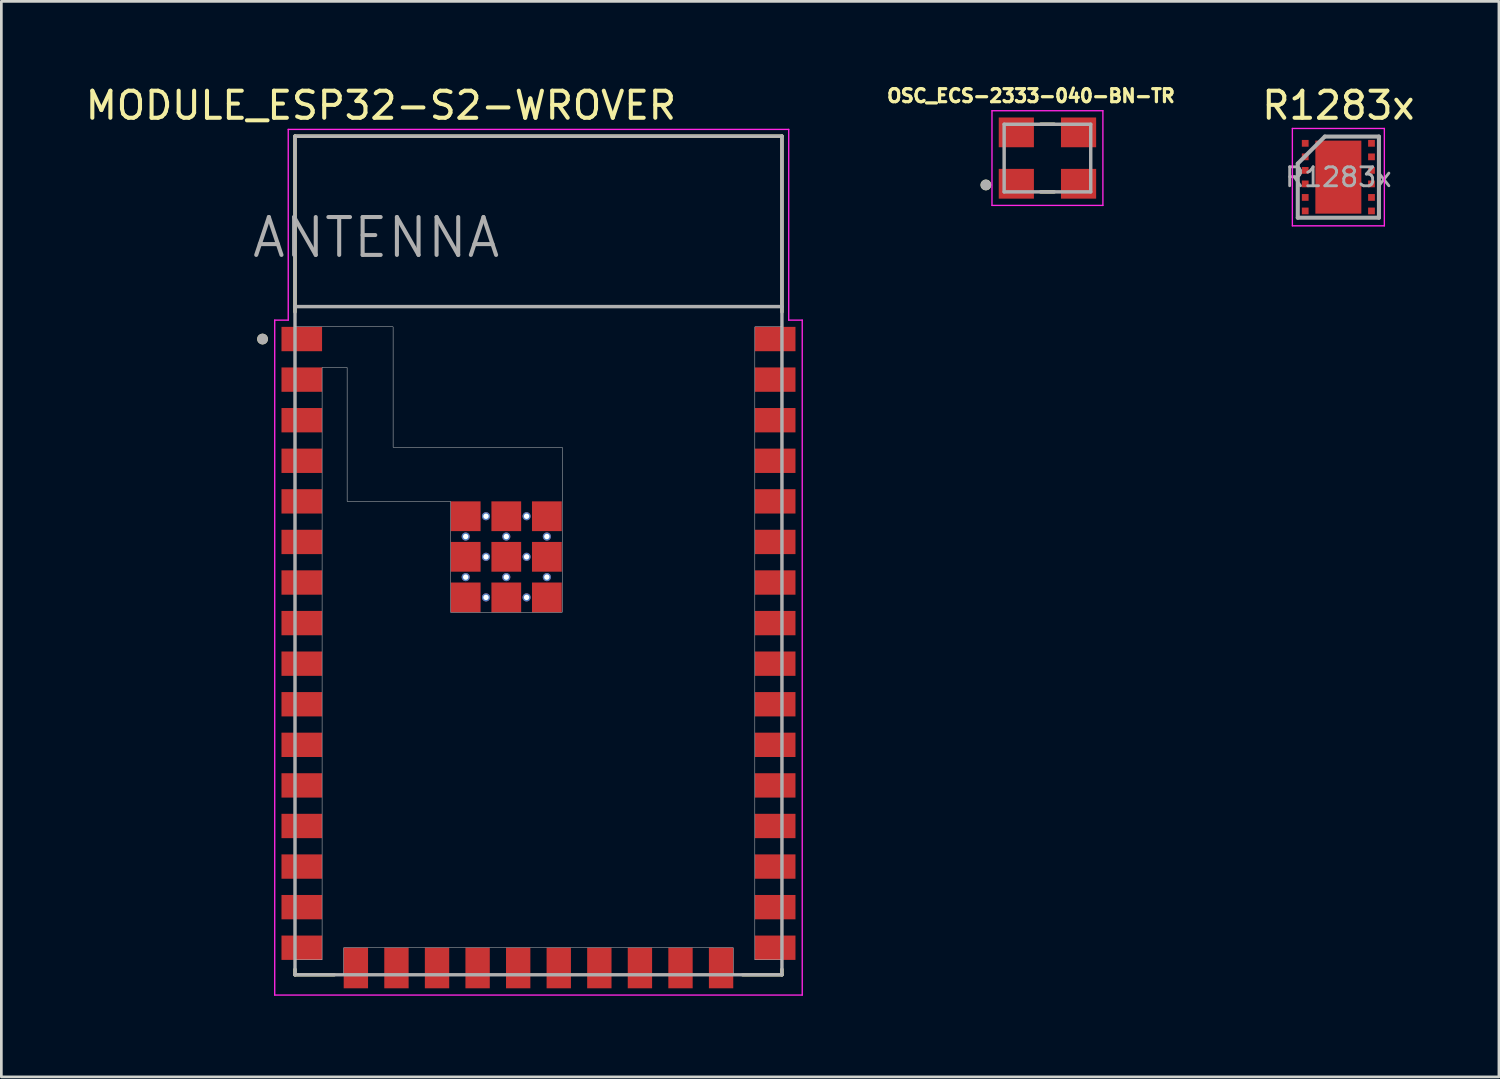
<source format=kicad_pcb>
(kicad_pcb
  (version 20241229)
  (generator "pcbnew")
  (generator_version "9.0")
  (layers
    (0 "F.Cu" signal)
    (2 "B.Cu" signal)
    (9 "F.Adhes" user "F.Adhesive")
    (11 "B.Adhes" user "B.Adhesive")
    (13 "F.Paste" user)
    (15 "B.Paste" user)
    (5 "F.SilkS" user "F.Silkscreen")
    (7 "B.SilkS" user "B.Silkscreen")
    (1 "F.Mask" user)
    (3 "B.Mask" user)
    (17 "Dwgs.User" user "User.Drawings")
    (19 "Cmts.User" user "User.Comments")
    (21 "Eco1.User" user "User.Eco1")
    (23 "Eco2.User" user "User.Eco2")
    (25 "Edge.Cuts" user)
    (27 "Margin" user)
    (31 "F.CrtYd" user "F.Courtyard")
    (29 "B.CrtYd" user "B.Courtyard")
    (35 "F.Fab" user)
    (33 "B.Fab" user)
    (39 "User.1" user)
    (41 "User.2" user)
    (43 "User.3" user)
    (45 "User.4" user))
  (footprint "R1283x"
    (layer "F.Cu")
    (at 46.423 3.498)
    (property "Reference" "R1283x" (at 0 -2.65 0) (layer "F.SilkS") (effects (font (size 1 1) (thickness 0.15))))
    (attr smd)
    (fp_line (start -1.7 -1.8) (end -1.7 1.8) (stroke (width 0.05) (type solid)) (layer "F.CrtYd"))
    (fp_line (start -1.7 -1.8) (end 1.7 -1.8) (stroke (width 0.05) (type solid)) (layer "F.CrtYd"))
    (fp_line (start -1.7 1.8) (end 1.7 1.8) (stroke (width 0.05) (type solid)) (layer "F.CrtYd"))
    (fp_line (start 1.7 -1.8) (end 1.7 1.8) (stroke (width 0.05) (type solid)) (layer "F.CrtYd"))
    (fp_line (start -1.5 -0.5) (end -0.5 -1.5) (stroke (width 0.15) (type solid)) (layer "F.Fab"))
    (fp_line (start -1.5 1.5) (end -1.5 -0.5) (stroke (width 0.15) (type solid)) (layer "F.Fab"))
    (fp_line (start -0.5 -1.5) (end 1.5 -1.5) (stroke (width 0.15) (type solid)) (layer "F.Fab"))
    (fp_line (start 1.5 -1.5) (end 1.5 1.5) (stroke (width 0.15) (type solid)) (layer "F.Fab"))
    (fp_line (start 1.5 1.5) (end -1.5 1.5) (stroke (width 0.15) (type solid)) (layer "F.Fab"))
    (fp_text user "${REFERENCE}" (at 0 0 0) (layer "F.Fab") (effects (font (size 0.7 0.7) (thickness 0.105))))
    (pad "1" smd rect (at -1.225 -1.25) (size 0.25 0.25) (layers "F.Cu" "F.Mask" "F.Paste"))
    (pad "2" smd rect (at -1.225 -0.75) (size 0.25 0.25) (layers "F.Cu" "F.Mask" "F.Paste"))
    (pad "3" smd rect (at -1.225 -0.25) (size 0.25 0.25) (layers "F.Cu" "F.Mask" "F.Paste"))
    (pad "4" smd rect (at -1.225 0.25) (size 0.25 0.25) (layers "F.Cu" "F.Mask" "F.Paste"))
    (pad "5" smd rect (at -1.225 0.75) (size 0.25 0.25) (layers "F.Cu" "F.Mask" "F.Paste"))
    (pad "6" smd rect (at -1.225 1.25) (size 0.25 0.25) (layers "F.Cu" "F.Mask" "F.Paste"))
    (pad "7" smd rect (at 1.225 1.25) (size 0.25 0.25) (layers "F.Cu" "F.Mask" "F.Paste"))
    (pad "8" smd rect (at 1.225 0.75) (size 0.25 0.25) (layers "F.Cu" "F.Mask" "F.Paste"))
    (pad "9" smd rect (at 1.225 0.25) (size 0.25 0.25) (layers "F.Cu" "F.Mask" "F.Paste"))
    (pad "10" smd rect (at 0 0) (size 1.7 2.7) (layers "F.Cu" "F.Mask" "F.Paste"))
    (pad "10" smd rect (at 1.225 -0.25) (size 0.25 0.25) (layers "F.Cu" "F.Mask" "F.Paste"))
    (pad "11" smd rect (at 1.225 -0.75) (size 0.25 0.25) (layers "F.Cu" "F.Mask" "F.Paste"))
    (pad "12" smd rect (at 1.225 -1.25) (size 0.25 0.25) (layers "F.Cu" "F.Mask" "F.Paste")))
  (footprint "MODULE_ESP32-S2-WROVER"
    (layer "F.Cu")
    (at 16.855 17.483)
    (property "Reference" "MODULE_ESP32-S2-WROVER" (at -5.825 -16.635 0) (layer "F.SilkS") (effects (font (size 1 1) (thickness 0.15))))
    (attr through_hole)
    (fp_line (start -9 -15.5) (end 9 -15.5) (stroke (width 0.127) (type solid)) (layer "F.SilkS"))
    (fp_line (start -9 -9) (end -9 -15.5) (stroke (width 0.127) (type solid)) (layer "F.SilkS"))
    (fp_line (start -9 15.3) (end -9 15.5) (stroke (width 0.127) (type solid)) (layer "F.SilkS"))
    (fp_line (start -9 15.5) (end -7.55 15.5) (stroke (width 0.127) (type solid)) (layer "F.SilkS"))
    (fp_line (start 7.55 15.5) (end 9 15.5) (stroke (width 0.127) (type solid)) (layer "F.SilkS"))
    (fp_line (start 9 -15.5) (end 9 -9) (stroke (width 0.127) (type solid)) (layer "F.SilkS"))
    (fp_line (start 9 15.5) (end 9 15.3) (stroke (width 0.127) (type solid)) (layer "F.SilkS"))
    (fp_circle (center -10.2 -8) (end -10.1 -8) (stroke (width 0.2) (type solid)) (fill no) (layer "F.SilkS"))
    (fp_poly (pts (xy -7.075 -2) (xy -3.25 -2) (xy -3.25 2.1) (xy 0.875 2.1) (xy 0.875 -4) (xy -5.375 -4) (xy -5.375 -8.45) (xy -9 -8.45) (xy -9 -15.5) (xy 9 -15.5) (xy 9 -8.45) (xy 8 -8.45) (xy 8 14.95) (xy 9 14.95) (xy 9 15.5) (xy 7.2 15.5) (xy 7.2 14.5) (xy -7.2 14.5) (xy -7.2 15.5) (xy -9 15.5) (xy -9 14.95) (xy -8 14.95) (xy -8 -6.95) (xy -7.075 -6.95)) (stroke (width 0.01) (type solid)) (fill no) (layer "Dwgs.User"))
    (fp_poly (pts (xy -7.075 -2) (xy -3.25 -2) (xy -3.25 2.1) (xy 0.875 2.1) (xy 0.875 -4) (xy -5.375 -4) (xy -5.375 -8.45) (xy -9 -8.45) (xy -9 -15.5) (xy 9 -15.5) (xy 9 -8.45) (xy 8 -8.45) (xy 8 14.95) (xy 9 14.95) (xy 9 15.5) (xy 7.2 15.5) (xy 7.2 14.5) (xy -7.2 14.5) (xy -7.2 15.5) (xy -9 15.5) (xy -9 14.95) (xy -8 14.95) (xy -8 -6.95) (xy -7.075 -6.95)) (stroke (width 0.01) (type solid)) (fill no) (layer "Dwgs.User"))
    (fp_line (start -9.75 -8.7) (end -9.25 -8.7) (stroke (width 0.05) (type solid)) (layer "F.CrtYd"))
    (fp_line (start -9.75 16.25) (end -9.75 -8.7) (stroke (width 0.05) (type solid)) (layer "F.CrtYd"))
    (fp_line (start -9.25 -15.75) (end 9.25 -15.75) (stroke (width 0.05) (type solid)) (layer "F.CrtYd"))
    (fp_line (start -9.25 -8.7) (end -9.25 -15.75) (stroke (width 0.05) (type solid)) (layer "F.CrtYd"))
    (fp_line (start 9.25 -15.75) (end 9.25 -8.7) (stroke (width 0.05) (type solid)) (layer "F.CrtYd"))
    (fp_line (start 9.25 -8.7) (end 9.75 -8.7) (stroke (width 0.05) (type solid)) (layer "F.CrtYd"))
    (fp_line (start 9.75 -8.7) (end 9.75 16.25) (stroke (width 0.05) (type solid)) (layer "F.CrtYd"))
    (fp_line (start 9.75 16.25) (end -9.75 16.25) (stroke (width 0.05) (type solid)) (layer "F.CrtYd"))
    (fp_line (start -9 -15.5) (end -9 -9.2) (stroke (width 0.127) (type solid)) (layer "F.Fab"))
    (fp_line (start -9 -15.5) (end 9 -15.5) (stroke (width 0.127) (type solid)) (layer "F.Fab"))
    (fp_line (start -9 -9.2) (end 9 -9.2) (stroke (width 0.127) (type solid)) (layer "F.Fab"))
    (fp_line (start -9 15.5) (end -9 -9.2) (stroke (width 0.127) (type solid)) (layer "F.Fab"))
    (fp_line (start 9 -15.5) (end 9 -9.2) (stroke (width 0.127) (type solid)) (layer "F.Fab"))
    (fp_line (start 9 -9.2) (end 9 15.5) (stroke (width 0.127) (type solid)) (layer "F.Fab"))
    (fp_line (start 9 15.5) (end -9 15.5) (stroke (width 0.127) (type solid)) (layer "F.Fab"))
    (fp_circle (center -10.2 -8) (end -10.1 -8) (stroke (width 0.2) (type solid)) (fill no) (layer "F.Fab"))
    (fp_text user "ANTENNA" (at -6 -11.75 0) (layer "F.Fab") (effects (font (size 1.4 1.4) (thickness 0.15))))
    (pad "1" smd rect (at -8.75 -8) (size 1.5 0.9) (layers "F.Cu" "F.Mask" "F.Paste"))
    (pad "2" smd rect (at -8.75 -6.5) (size 1.5 0.9) (layers "F.Cu" "F.Mask" "F.Paste"))
    (pad "3" smd rect (at -8.75 -5) (size 1.5 0.9) (layers "F.Cu" "F.Mask" "F.Paste"))
    (pad "4" smd rect (at -8.75 -3.5) (size 1.5 0.9) (layers "F.Cu" "F.Mask" "F.Paste"))
    (pad "5" smd rect (at -8.75 -2) (size 1.5 0.9) (layers "F.Cu" "F.Mask" "F.Paste"))
    (pad "6" smd rect (at -8.75 -0.5) (size 1.5 0.9) (layers "F.Cu" "F.Mask" "F.Paste"))
    (pad "7" smd rect (at -8.75 1) (size 1.5 0.9) (layers "F.Cu" "F.Mask" "F.Paste"))
    (pad "8" smd rect (at -8.75 2.5) (size 1.5 0.9) (layers "F.Cu" "F.Mask" "F.Paste"))
    (pad "9" smd rect (at -8.75 4) (size 1.5 0.9) (layers "F.Cu" "F.Mask" "F.Paste"))
    (pad "10" smd rect (at -8.75 5.5) (size 1.5 0.9) (layers "F.Cu" "F.Mask" "F.Paste"))
    (pad "11" smd rect (at -8.75 7) (size 1.5 0.9) (layers "F.Cu" "F.Mask" "F.Paste"))
    (pad "12" smd rect (at -8.75 8.5) (size 1.5 0.9) (layers "F.Cu" "F.Mask" "F.Paste"))
    (pad "13" smd rect (at -8.75 10) (size 1.5 0.9) (layers "F.Cu" "F.Mask" "F.Paste"))
    (pad "14" smd rect (at -8.75 11.5) (size 1.5 0.9) (layers "F.Cu" "F.Mask" "F.Paste"))
    (pad "15" smd rect (at -8.75 13) (size 1.5 0.9) (layers "F.Cu" "F.Mask" "F.Paste"))
    (pad "16" smd rect (at -8.75 14.5) (size 1.5 0.9) (layers "F.Cu" "F.Mask" "F.Paste"))
    (pad "17" smd rect (at -6.75 15.25) (size 0.9 1.5) (layers "F.Cu" "F.Mask" "F.Paste"))
    (pad "18" smd rect (at -5.25 15.25) (size 0.9 1.5) (layers "F.Cu" "F.Mask" "F.Paste"))
    (pad "19" smd rect (at -3.75 15.25) (size 0.9 1.5) (layers "F.Cu" "F.Mask" "F.Paste"))
    (pad "20" smd rect (at -2.25 15.25) (size 0.9 1.5) (layers "F.Cu" "F.Mask" "F.Paste"))
    (pad "21" smd rect (at -0.75 15.25) (size 0.9 1.5) (layers "F.Cu" "F.Mask" "F.Paste"))
    (pad "22" smd rect (at 0.75 15.25) (size 0.9 1.5) (layers "F.Cu" "F.Mask" "F.Paste"))
    (pad "23" smd rect (at 2.25 15.25) (size 0.9 1.5) (layers "F.Cu" "F.Mask" "F.Paste"))
    (pad "24" smd rect (at 3.75 15.25) (size 0.9 1.5) (layers "F.Cu" "F.Mask" "F.Paste"))
    (pad "25" smd rect (at 5.25 15.25) (size 0.9 1.5) (layers "F.Cu" "F.Mask" "F.Paste"))
    (pad "26" smd rect (at 6.75 15.25) (size 0.9 1.5) (layers "F.Cu" "F.Mask" "F.Paste"))
    (pad "27" smd rect (at 8.75 14.5) (size 1.5 0.9) (layers "F.Cu" "F.Mask" "F.Paste"))
    (pad "28" smd rect (at 8.75 13) (size 1.5 0.9) (layers "F.Cu" "F.Mask" "F.Paste"))
    (pad "29" smd rect (at 8.75 11.5) (size 1.5 0.9) (layers "F.Cu" "F.Mask" "F.Paste"))
    (pad "30" smd rect (at 8.75 10) (size 1.5 0.9) (layers "F.Cu" "F.Mask" "F.Paste"))
    (pad "31" smd rect (at 8.75 8.5) (size 1.5 0.9) (layers "F.Cu" "F.Mask" "F.Paste"))
    (pad "32" smd rect (at 8.75 7) (size 1.5 0.9) (layers "F.Cu" "F.Mask" "F.Paste"))
    (pad "33" smd rect (at 8.75 5.5) (size 1.5 0.9) (layers "F.Cu" "F.Mask" "F.Paste"))
    (pad "34" smd rect (at 8.75 4) (size 1.5 0.9) (layers "F.Cu" "F.Mask" "F.Paste"))
    (pad "35" smd rect (at 8.75 2.5) (size 1.5 0.9) (layers "F.Cu" "F.Mask" "F.Paste"))
    (pad "36" smd rect (at 8.75 1) (size 1.5 0.9) (layers "F.Cu" "F.Mask" "F.Paste"))
    (pad "37" smd rect (at 8.75 -0.5) (size 1.5 0.9) (layers "F.Cu" "F.Mask" "F.Paste"))
    (pad "38" smd rect (at 8.75 -2) (size 1.5 0.9) (layers "F.Cu" "F.Mask" "F.Paste"))
    (pad "39" smd rect (at 8.75 -3.5) (size 1.5 0.9) (layers "F.Cu" "F.Mask" "F.Paste"))
    (pad "40" smd rect (at 8.75 -5) (size 1.5 0.9) (layers "F.Cu" "F.Mask" "F.Paste"))
    (pad "41" smd rect (at 8.75 -6.5) (size 1.5 0.9) (layers "F.Cu" "F.Mask" "F.Paste"))
    (pad "42" smd rect (at 8.75 -8) (size 1.5 0.9) (layers "F.Cu" "F.Mask" "F.Paste"))
    (pad "43_1" smd rect (at -2.69 -1.45) (size 1.1 1.1) (layers "F.Cu" "F.Mask" "F.Paste"))
    (pad "43_2" smd rect (at -1.19 -1.45) (size 1.1 1.1) (layers "F.Cu" "F.Mask" "F.Paste"))
    (pad "43_3" smd rect (at 0.31 -1.45) (size 1.1 1.1) (layers "F.Cu" "F.Mask" "F.Paste"))
    (pad "43_4" smd rect (at -2.69 0.05) (size 1.1 1.1) (layers "F.Cu" "F.Mask" "F.Paste"))
    (pad "43_5" smd rect (at -1.19 0.05) (size 1.1 1.1) (layers "F.Cu" "F.Mask" "F.Paste"))
    (pad "43_6" smd rect (at 0.31 0.05) (size 1.1 1.1) (layers "F.Cu" "F.Mask" "F.Paste"))
    (pad "43_7" smd rect (at -2.69 1.55) (size 1.1 1.1) (layers "F.Cu" "F.Mask" "F.Paste"))
    (pad "43_8" smd rect (at -1.19 1.55) (size 1.1 1.1) (layers "F.Cu" "F.Mask" "F.Paste"))
    (pad "43_9" smd rect (at 0.31 1.55) (size 1.1 1.1) (layers "F.Cu" "F.Mask" "F.Paste"))
    (pad "43_10" thru_hole circle (at -1.94 -1.45) (size 0.3 0.3) (drill 0.2) (layers "*.Cu" "*.Mask"))
    (pad "43_11" thru_hole circle (at -0.44 -1.45) (size 0.3 0.3) (drill 0.2) (layers "*.Cu" "*.Mask"))
    (pad "43_12" thru_hole circle (at -2.69 -0.7) (size 0.3 0.3) (drill 0.2) (layers "*.Cu" "*.Mask"))
    (pad "43_13" thru_hole circle (at -1.19 -0.7) (size 0.3 0.3) (drill 0.2) (layers "*.Cu" "*.Mask"))
    (pad "43_14" thru_hole circle (at 0.31 -0.7) (size 0.3 0.3) (drill 0.2) (layers "*.Cu" "*.Mask"))
    (pad "43_15" thru_hole circle (at -1.94 0.05) (size 0.3 0.3) (drill 0.2) (layers "*.Cu" "*.Mask"))
    (pad "43_16" thru_hole circle (at -0.44 0.05) (size 0.3 0.3) (drill 0.2) (layers "*.Cu" "*.Mask"))
    (pad "43_17" thru_hole circle (at -2.69 0.8) (size 0.3 0.3) (drill 0.2) (layers "*.Cu" "*.Mask"))
    (pad "43_18" thru_hole circle (at -1.19 0.8) (size 0.3 0.3) (drill 0.2) (layers "*.Cu" "*.Mask"))
    (pad "43_19" thru_hole circle (at 0.31 0.8) (size 0.3 0.3) (drill 0.2) (layers "*.Cu" "*.Mask"))
    (pad "43_20" thru_hole circle (at -1.94 1.55) (size 0.3 0.3) (drill 0.2) (layers "*.Cu" "*.Mask"))
    (pad "43_21" thru_hole circle (at -0.44 1.55) (size 0.3 0.3) (drill 0.2) (layers "*.Cu" "*.Mask")))
  (footprint "OSC_ECS-2333-040-BN-TR"
    (layer "F.Cu")
    (at 35.669 2.793)
    (property "Reference" "OSC_ECS-2333-040-BN-TR" (at -0.61 -2.301 0) (layer "F.SilkS") (effects (font (size 0.481 0.481) (thickness 0.15))))
    (attr through_hole)
    (fp_line (start -0.25 -1.25) (end 0.25 -1.25) (stroke (width 0.127) (type solid)) (layer "F.SilkS"))
    (fp_line (start -0.25 1.25) (end 0.25 1.25) (stroke (width 0.127) (type solid)) (layer "F.SilkS"))
    (fp_circle (center -2.275 0.994) (end -2.175 0.994) (stroke (width 0.2) (type solid)) (fill no) (layer "F.SilkS"))
    (fp_line (start -2.05 -1.75) (end 2.05 -1.75) (stroke (width 0.05) (type solid)) (layer "F.CrtYd"))
    (fp_line (start -2.05 1.75) (end -2.05 -1.75) (stroke (width 0.05) (type solid)) (layer "F.CrtYd"))
    (fp_line (start 2.05 -1.75) (end 2.05 1.75) (stroke (width 0.05) (type solid)) (layer "F.CrtYd"))
    (fp_line (start 2.05 1.75) (end -2.05 1.75) (stroke (width 0.05) (type solid)) (layer "F.CrtYd"))
    (fp_line (start -1.6 -1.25) (end 1.6 -1.25) (stroke (width 0.127) (type solid)) (layer "F.Fab"))
    (fp_line (start -1.6 1.25) (end -1.6 -1.25) (stroke (width 0.127) (type solid)) (layer "F.Fab"))
    (fp_line (start 1.6 -1.25) (end 1.6 1.25) (stroke (width 0.127) (type solid)) (layer "F.Fab"))
    (fp_line (start 1.6 1.25) (end -1.6 1.25) (stroke (width 0.127) (type solid)) (layer "F.Fab"))
    (fp_circle (center -2.275 0.994) (end -2.175 0.994) (stroke (width 0.2) (type solid)) (fill no) (layer "F.Fab"))
    (pad "1" smd rect (at -1.15 0.95) (size 1.3 1.1) (layers "F.Cu" "F.Mask" "F.Paste"))
    (pad "2" smd rect (at 1.15 0.95) (size 1.3 1.1) (layers "F.Cu" "F.Mask" "F.Paste"))
    (pad "3" smd rect (at 1.15 -0.95) (size 1.3 1.1) (layers "F.Cu" "F.Mask" "F.Paste"))
    (pad "4" smd rect (at -1.15 -0.95) (size 1.3 1.1) (layers "F.Cu" "F.Mask" "F.Paste")))
  (gr_rect
    (start -3 -3)
    (end 52.358 36.758)
    (stroke (width 0.1) (type default))
    (fill no)
    (layer "Edge.Cuts")))
</source>
